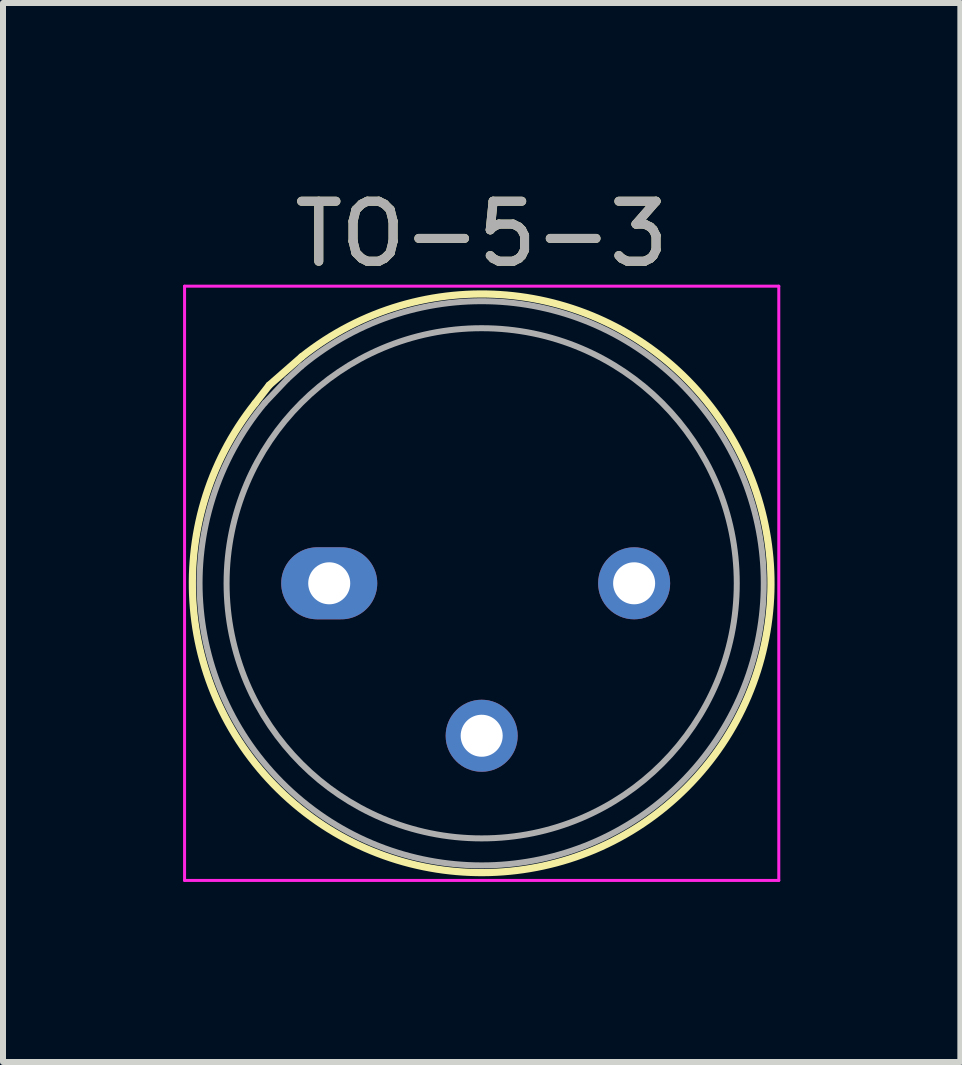
<source format=kicad_pcb>
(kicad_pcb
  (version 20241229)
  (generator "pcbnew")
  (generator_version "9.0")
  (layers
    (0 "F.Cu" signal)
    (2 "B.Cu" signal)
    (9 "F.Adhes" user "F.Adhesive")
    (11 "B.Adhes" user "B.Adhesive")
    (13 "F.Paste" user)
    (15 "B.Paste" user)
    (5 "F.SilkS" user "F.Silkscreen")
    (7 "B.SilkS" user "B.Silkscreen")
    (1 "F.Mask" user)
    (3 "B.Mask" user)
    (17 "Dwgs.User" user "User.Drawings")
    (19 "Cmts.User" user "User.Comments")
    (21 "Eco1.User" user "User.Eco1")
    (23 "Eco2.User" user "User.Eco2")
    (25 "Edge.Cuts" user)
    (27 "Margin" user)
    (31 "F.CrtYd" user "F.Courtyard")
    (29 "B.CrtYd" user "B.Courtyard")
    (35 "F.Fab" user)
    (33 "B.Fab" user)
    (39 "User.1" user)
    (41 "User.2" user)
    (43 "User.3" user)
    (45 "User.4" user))
  (footprint "TO-5-3"
    (layer "F.Cu")
    (at 2.435 6.668)
    (property "Reference" "TO-5-3" (at 2.54 -5.82 0) (layer "F.SilkS") (effects (font (size 1 1) (thickness 0.15))))
    (attr through_hole)
    (fp_line (start -1 -3.3) (end -1.235 -2.997) (stroke (width 0.12) (type solid)) (layer "F.SilkS"))
    (fp_line (start -0.457 -3.775) (end -1 -3.3) (stroke (width 0.12) (type solid)) (layer "F.SilkS"))
    (fp_arc (start -0.457084 -3.774902) (mid 5.948125 3.408384) (end -1.234674 -2.997371) (stroke (width 0.12) (type solid)) (layer "F.SilkS"))
    (fp_line (start -2.41 -4.95) (end -2.41 4.95) (stroke (width 0.05) (type solid)) (layer "F.CrtYd"))
    (fp_line (start -2.41 4.95) (end 7.49 4.95) (stroke (width 0.05) (type solid)) (layer "F.CrtYd"))
    (fp_line (start 7.49 -4.95) (end -2.41 -4.95) (stroke (width 0.05) (type solid)) (layer "F.CrtYd"))
    (fp_line (start 7.49 4.95) (end 7.49 -4.95) (stroke (width 0.05) (type solid)) (layer "F.CrtYd"))
    (fp_line (start -0.7 -3.4) (end -1.074 -3.005) (stroke (width 0.1) (type solid)) (layer "F.Fab"))
    (fp_line (start -0.465 -3.614) (end -0.7 -3.4) (stroke (width 0.1) (type solid)) (layer "F.Fab"))
    (fp_arc (start -0.465408 -3.61352) (mid 5.863443 3.323361) (end -1.073594 -3.005319) (stroke (width 0.1) (type solid)) (layer "F.Fab"))
    (fp_circle (center 2.54 0) (end 6.79 0) (stroke (width 0.1) (type solid)) (fill no) (layer "F.Fab"))
    (fp_text user "${REFERENCE}" (at 2.54 -5.82 0) (layer "F.Fab") (effects (font (size 1 1) (thickness 0.15))))
    (pad "1" thru_hole oval (at 0 0) (size 1.6 1.2) (drill 0.7) (layers "*.Cu" "*.Mask"))
    (pad "2" thru_hole oval (at 2.54 2.54) (size 1.2 1.2) (drill 0.7) (layers "*.Cu" "*.Mask"))
    (pad "3" thru_hole oval (at 5.08 0) (size 1.2 1.2) (drill 0.7) (layers "*.Cu" "*.Mask")))
  (gr_rect
    (start -3 -3)
    (end 12.95 14.643)
    (stroke (width 0.1) (type default))
    (fill no)
    (layer "Edge.Cuts")))
</source>
